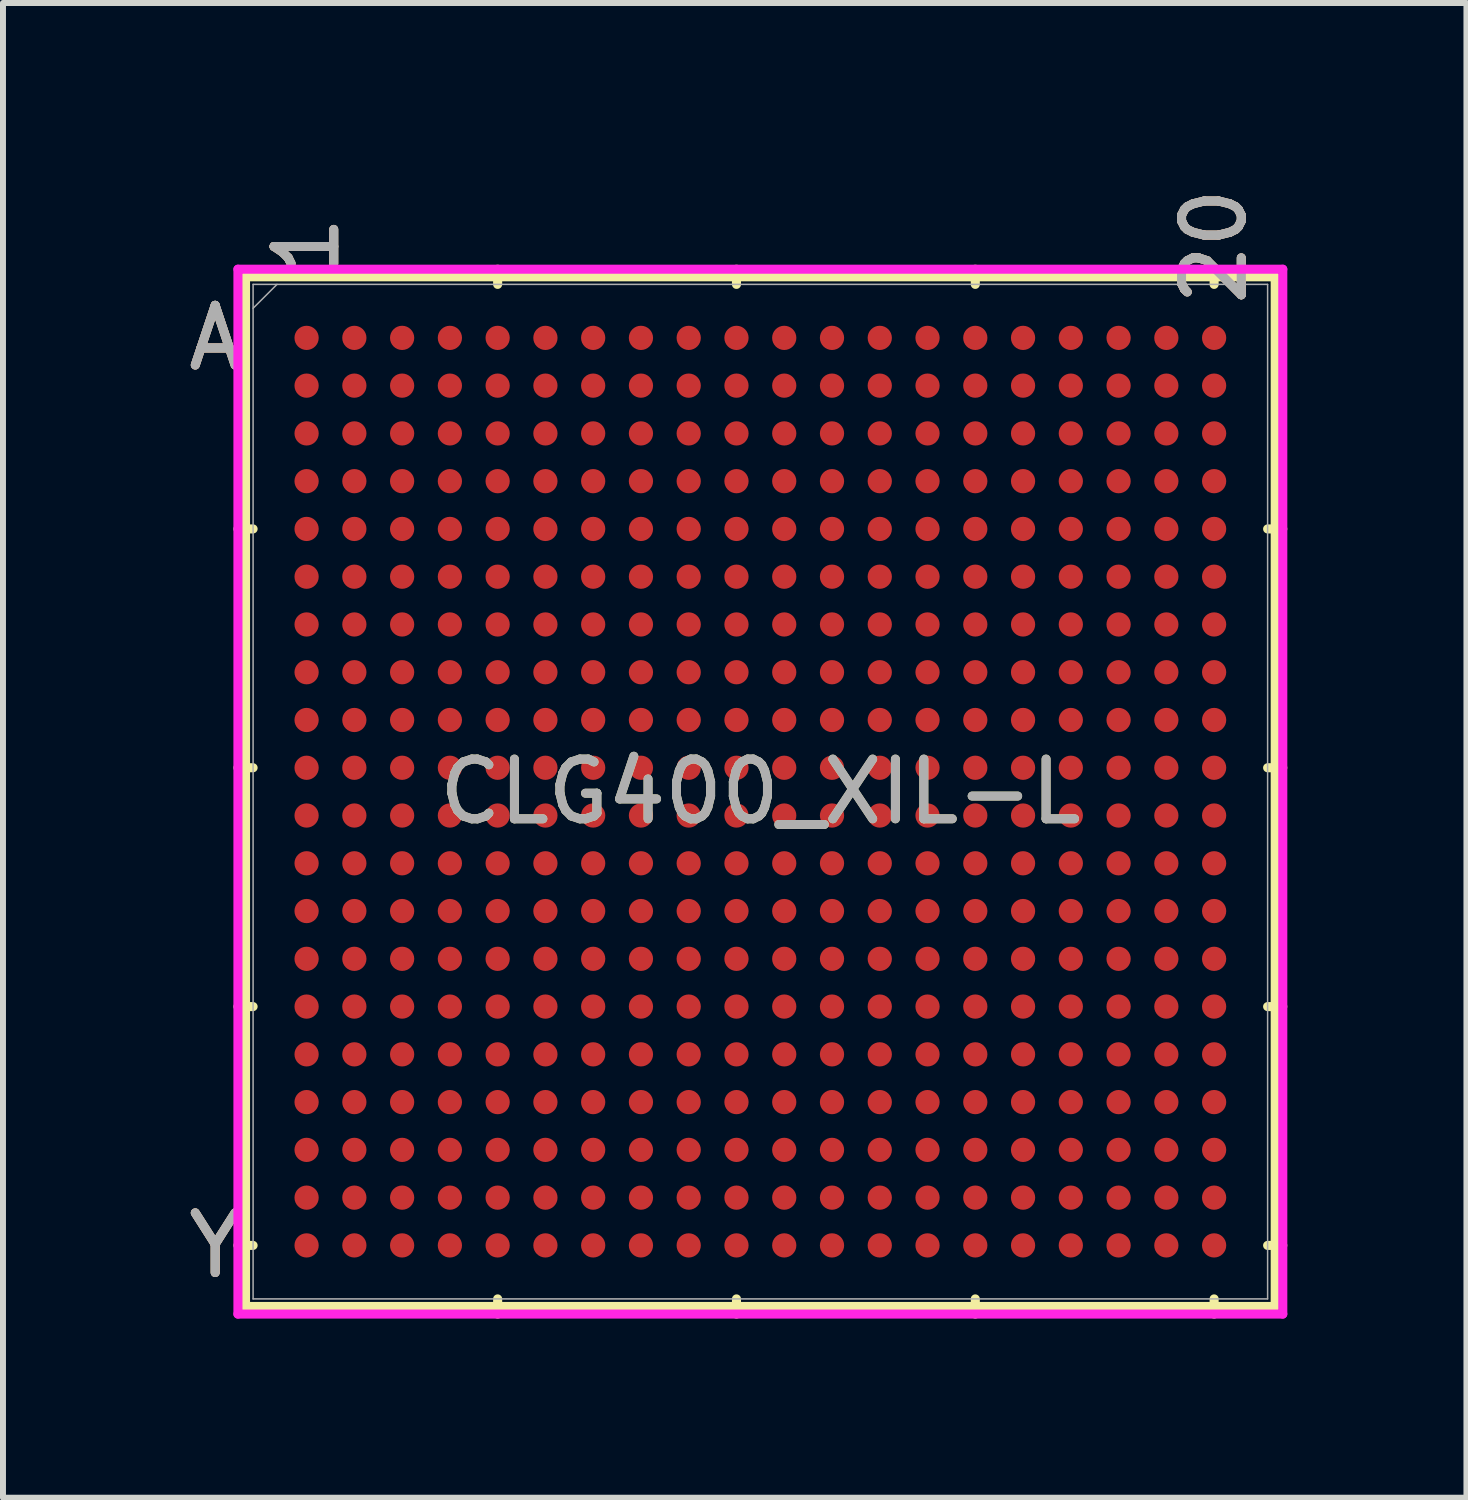
<source format=kicad_pcb>
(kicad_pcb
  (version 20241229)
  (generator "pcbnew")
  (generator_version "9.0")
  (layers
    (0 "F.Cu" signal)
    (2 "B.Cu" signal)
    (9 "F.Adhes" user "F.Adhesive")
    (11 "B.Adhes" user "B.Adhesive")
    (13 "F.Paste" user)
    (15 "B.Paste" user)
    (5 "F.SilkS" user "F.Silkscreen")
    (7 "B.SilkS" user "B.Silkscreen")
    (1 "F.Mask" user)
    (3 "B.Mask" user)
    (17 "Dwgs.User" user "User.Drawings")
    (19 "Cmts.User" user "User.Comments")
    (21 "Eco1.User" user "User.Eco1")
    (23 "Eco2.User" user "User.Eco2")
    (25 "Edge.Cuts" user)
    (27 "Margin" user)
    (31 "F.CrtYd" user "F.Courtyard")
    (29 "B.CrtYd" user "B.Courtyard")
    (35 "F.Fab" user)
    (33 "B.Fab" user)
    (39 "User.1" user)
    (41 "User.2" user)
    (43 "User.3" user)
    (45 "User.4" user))
  (footprint "CLG400_XIL-L"
    (layer "F.Cu")
    (at 9.685 10.209)
    (property "Reference" "CLG400_XIL-L" (at 0 0 0) (unlocked yes) (layer "F.SilkS") (effects (font (size 1 1) (thickness 0.15))))
    (attr smd)
    (fp_line (start -8.623 -8.623) (end -8.623 8.623) (stroke (width 0.152) (type solid)) (layer "F.SilkS"))
    (fp_line (start -8.623 8.623) (end 8.623 8.623) (stroke (width 0.152) (type solid)) (layer "F.SilkS"))
    (fp_line (start -8.496 -4.4) (end -8.75 -4.4) (stroke (width 0.152) (type solid)) (layer "F.SilkS"))
    (fp_line (start -8.496 -0.4) (end -8.75 -0.4) (stroke (width 0.152) (type solid)) (layer "F.SilkS"))
    (fp_line (start -8.496 3.6) (end -8.75 3.6) (stroke (width 0.152) (type solid)) (layer "F.SilkS"))
    (fp_line (start -8.496 7.6) (end -8.75 7.6) (stroke (width 0.152) (type solid)) (layer "F.SilkS"))
    (fp_line (start -4.4 -8.496) (end -4.4 -8.75) (stroke (width 0.152) (type solid)) (layer "F.SilkS"))
    (fp_line (start -4.4 8.496) (end -4.4 8.75) (stroke (width 0.152) (type solid)) (layer "F.SilkS"))
    (fp_line (start -0.4 -8.496) (end -0.4 -8.75) (stroke (width 0.152) (type solid)) (layer "F.SilkS"))
    (fp_line (start -0.4 8.496) (end -0.4 8.75) (stroke (width 0.152) (type solid)) (layer "F.SilkS"))
    (fp_line (start 3.6 -8.496) (end 3.6 -8.75) (stroke (width 0.152) (type solid)) (layer "F.SilkS"))
    (fp_line (start 3.6 8.496) (end 3.6 8.75) (stroke (width 0.152) (type solid)) (layer "F.SilkS"))
    (fp_line (start 7.6 -8.496) (end 7.6 -8.75) (stroke (width 0.152) (type solid)) (layer "F.SilkS"))
    (fp_line (start 7.6 8.496) (end 7.6 8.75) (stroke (width 0.152) (type solid)) (layer "F.SilkS"))
    (fp_line (start 8.496 -4.4) (end 8.75 -4.4) (stroke (width 0.152) (type solid)) (layer "F.SilkS"))
    (fp_line (start 8.496 -0.4) (end 8.75 -0.4) (stroke (width 0.152) (type solid)) (layer "F.SilkS"))
    (fp_line (start 8.496 3.6) (end 8.75 3.6) (stroke (width 0.152) (type solid)) (layer "F.SilkS"))
    (fp_line (start 8.496 7.6) (end 8.75 7.6) (stroke (width 0.152) (type solid)) (layer "F.SilkS"))
    (fp_line (start 8.623 -8.623) (end -8.623 -8.623) (stroke (width 0.152) (type solid)) (layer "F.SilkS"))
    (fp_line (start 8.623 8.623) (end 8.623 -8.623) (stroke (width 0.152) (type solid)) (layer "F.SilkS"))
    (fp_poly (pts (xy -8.444 -8.444) (xy 8.444 -8.444) (xy 8.444 8.444) (xy -8.444 8.444)) (stroke (width 0.1) (type solid)) (fill no) (layer "Eco2.User"))
    (fp_line (start -8.75 -8.75) (end 8.75 -8.75) (stroke (width 0.152) (type solid)) (layer "F.CrtYd"))
    (fp_line (start -8.75 8.75) (end -8.75 -8.75) (stroke (width 0.152) (type solid)) (layer "F.CrtYd"))
    (fp_line (start 8.75 -8.75) (end 8.75 8.75) (stroke (width 0.152) (type solid)) (layer "F.CrtYd"))
    (fp_line (start 8.75 8.75) (end -8.75 8.75) (stroke (width 0.152) (type solid)) (layer "F.CrtYd"))
    (fp_line (start -8.496 -8.496) (end -8.496 8.496) (stroke (width 0.025) (type solid)) (layer "F.Fab"))
    (fp_line (start -8.496 8.496) (end 8.496 8.496) (stroke (width 0.025) (type solid)) (layer "F.Fab"))
    (fp_line (start -8.096 -8.496) (end -8.496 -8.096) (stroke (width 0.025) (type solid)) (layer "F.Fab"))
    (fp_line (start 8.496 -8.496) (end -8.496 -8.496) (stroke (width 0.025) (type solid)) (layer "F.Fab"))
    (fp_line (start 8.496 8.496) (end 8.496 -8.496) (stroke (width 0.025) (type solid)) (layer "F.Fab"))
    (fp_text user "A" (at -9.131 -7.6 0) (unlocked yes) (layer "F.SilkS") (effects (font (size 1 1) (thickness 0.15))))
    (fp_text user "20" (at 7.6 -9.131 90) (unlocked yes) (layer "F.SilkS") (effects (font (size 1 1) (thickness 0.15))))
    (fp_text user "1" (at -7.6 -9.131 90) (unlocked yes) (layer "F.SilkS") (effects (font (size 1 1) (thickness 0.15))))
    (fp_text user "Y" (at -9.131 7.6 0) (unlocked yes) (layer "F.SilkS") (effects (font (size 1 1) (thickness 0.15))))
    (fp_text user "1" (at -7.6 -9.131 90) (unlocked yes) (layer "B.SilkS") (effects (font (size 1 1) (thickness 0.15))))
    (fp_text user "A" (at -9.131 -7.6 0) (unlocked yes) (layer "B.SilkS") (effects (font (size 1 1) (thickness 0.15))))
    (fp_text user "Y" (at -9.131 7.6 0) (unlocked yes) (layer "B.SilkS") (effects (font (size 1 1) (thickness 0.15))))
    (fp_text user "20" (at 7.6 -9.131 90) (unlocked yes) (layer "B.SilkS") (effects (font (size 1 1) (thickness 0.15))))
    (fp_text user "${REFERENCE}" (at 0 0 0) (unlocked yes) (layer "F.Fab") (effects (font (size 1 1) (thickness 0.15))))
    (fp_text user "A" (at -9.131 -7.6 0) (unlocked yes) (layer "F.Fab") (effects (font (size 1 1) (thickness 0.15))))
    (fp_text user "1" (at -7.6 -9.131 90) (unlocked yes) (layer "F.Fab") (effects (font (size 1 1) (thickness 0.15))))
    (fp_text user "Y" (at -9.131 7.6 0) (unlocked yes) (layer "F.Fab") (effects (font (size 1 1) (thickness 0.15))))
    (fp_text user "20" (at 7.6 -9.131 90) (unlocked yes) (layer "F.Fab") (effects (font (size 1 1) (thickness 0.15))))
    (pad "A1" smd circle (at -7.6 -7.6) (size 0.406 0.406) (layers "F.Cu" "F.Mask" "F.Paste"))
    (pad "A2" smd circle (at -6.8 -7.6) (size 0.406 0.406) (layers "F.Cu" "F.Mask" "F.Paste"))
    (pad "A3" smd circle (at -6 -7.6) (size 0.406 0.406) (layers "F.Cu" "F.Mask" "F.Paste"))
    (pad "A4" smd circle (at -5.2 -7.6) (size 0.406 0.406) (layers "F.Cu" "F.Mask" "F.Paste"))
    (pad "A5" smd circle (at -4.4 -7.6) (size 0.406 0.406) (layers "F.Cu" "F.Mask" "F.Paste"))
    (pad "A6" smd circle (at -3.6 -7.6) (size 0.406 0.406) (layers "F.Cu" "F.Mask" "F.Paste"))
    (pad "A7" smd circle (at -2.8 -7.6) (size 0.406 0.406) (layers "F.Cu" "F.Mask" "F.Paste"))
    (pad "A8" smd circle (at -2 -7.6) (size 0.406 0.406) (layers "F.Cu" "F.Mask" "F.Paste"))
    (pad "A9" smd circle (at -1.2 -7.6) (size 0.406 0.406) (layers "F.Cu" "F.Mask" "F.Paste"))
    (pad "A10" smd circle (at -0.4 -7.6) (size 0.406 0.406) (layers "F.Cu" "F.Mask" "F.Paste"))
    (pad "A11" smd circle (at 0.4 -7.6) (size 0.406 0.406) (layers "F.Cu" "F.Mask" "F.Paste"))
    (pad "A12" smd circle (at 1.2 -7.6) (size 0.406 0.406) (layers "F.Cu" "F.Mask" "F.Paste"))
    (pad "A13" smd circle (at 2 -7.6) (size 0.406 0.406) (layers "F.Cu" "F.Mask" "F.Paste"))
    (pad "A14" smd circle (at 2.8 -7.6) (size 0.406 0.406) (layers "F.Cu" "F.Mask" "F.Paste"))
    (pad "A15" smd circle (at 3.6 -7.6) (size 0.406 0.406) (layers "F.Cu" "F.Mask" "F.Paste"))
    (pad "A16" smd circle (at 4.4 -7.6) (size 0.406 0.406) (layers "F.Cu" "F.Mask" "F.Paste"))
    (pad "A17" smd circle (at 5.2 -7.6) (size 0.406 0.406) (layers "F.Cu" "F.Mask" "F.Paste"))
    (pad "A18" smd circle (at 6 -7.6) (size 0.406 0.406) (layers "F.Cu" "F.Mask" "F.Paste"))
    (pad "A19" smd circle (at 6.8 -7.6) (size 0.406 0.406) (layers "F.Cu" "F.Mask" "F.Paste"))
    (pad "A20" smd circle (at 7.6 -7.6) (size 0.406 0.406) (layers "F.Cu" "F.Mask" "F.Paste"))
    (pad "B1" smd circle (at -7.6 -6.8) (size 0.406 0.406) (layers "F.Cu" "F.Mask" "F.Paste"))
    (pad "B2" smd circle (at -6.8 -6.8) (size 0.406 0.406) (layers "F.Cu" "F.Mask" "F.Paste"))
    (pad "B3" smd circle (at -6 -6.8) (size 0.406 0.406) (layers "F.Cu" "F.Mask" "F.Paste"))
    (pad "B4" smd circle (at -5.2 -6.8) (size 0.406 0.406) (layers "F.Cu" "F.Mask" "F.Paste"))
    (pad "B5" smd circle (at -4.4 -6.8) (size 0.406 0.406) (layers "F.Cu" "F.Mask" "F.Paste"))
    (pad "B6" smd circle (at -3.6 -6.8) (size 0.406 0.406) (layers "F.Cu" "F.Mask" "F.Paste"))
    (pad "B7" smd circle (at -2.8 -6.8) (size 0.406 0.406) (layers "F.Cu" "F.Mask" "F.Paste"))
    (pad "B8" smd circle (at -2 -6.8) (size 0.406 0.406) (layers "F.Cu" "F.Mask" "F.Paste"))
    (pad "B9" smd circle (at -1.2 -6.8) (size 0.406 0.406) (layers "F.Cu" "F.Mask" "F.Paste"))
    (pad "B10" smd circle (at -0.4 -6.8) (size 0.406 0.406) (layers "F.Cu" "F.Mask" "F.Paste"))
    (pad "B11" smd circle (at 0.4 -6.8) (size 0.406 0.406) (layers "F.Cu" "F.Mask" "F.Paste"))
    (pad "B12" smd circle (at 1.2 -6.8) (size 0.406 0.406) (layers "F.Cu" "F.Mask" "F.Paste"))
    (pad "B13" smd circle (at 2 -6.8) (size 0.406 0.406) (layers "F.Cu" "F.Mask" "F.Paste"))
    (pad "B14" smd circle (at 2.8 -6.8) (size 0.406 0.406) (layers "F.Cu" "F.Mask" "F.Paste"))
    (pad "B15" smd circle (at 3.6 -6.8) (size 0.406 0.406) (layers "F.Cu" "F.Mask" "F.Paste"))
    (pad "B16" smd circle (at 4.4 -6.8) (size 0.406 0.406) (layers "F.Cu" "F.Mask" "F.Paste"))
    (pad "B17" smd circle (at 5.2 -6.8) (size 0.406 0.406) (layers "F.Cu" "F.Mask" "F.Paste"))
    (pad "B18" smd circle (at 6 -6.8) (size 0.406 0.406) (layers "F.Cu" "F.Mask" "F.Paste"))
    (pad "B19" smd circle (at 6.8 -6.8) (size 0.406 0.406) (layers "F.Cu" "F.Mask" "F.Paste"))
    (pad "B20" smd circle (at 7.6 -6.8) (size 0.406 0.406) (layers "F.Cu" "F.Mask" "F.Paste"))
    (pad "C1" smd circle (at -7.6 -6) (size 0.406 0.406) (layers "F.Cu" "F.Mask" "F.Paste"))
    (pad "C2" smd circle (at -6.8 -6) (size 0.406 0.406) (layers "F.Cu" "F.Mask" "F.Paste"))
    (pad "C3" smd circle (at -6 -6) (size 0.406 0.406) (layers "F.Cu" "F.Mask" "F.Paste"))
    (pad "C4" smd circle (at -5.2 -6) (size 0.406 0.406) (layers "F.Cu" "F.Mask" "F.Paste"))
    (pad "C5" smd circle (at -4.4 -6) (size 0.406 0.406) (layers "F.Cu" "F.Mask" "F.Paste"))
    (pad "C6" smd circle (at -3.6 -6) (size 0.406 0.406) (layers "F.Cu" "F.Mask" "F.Paste"))
    (pad "C7" smd circle (at -2.8 -6) (size 0.406 0.406) (layers "F.Cu" "F.Mask" "F.Paste"))
    (pad "C8" smd circle (at -2 -6) (size 0.406 0.406) (layers "F.Cu" "F.Mask" "F.Paste"))
    (pad "C9" smd circle (at -1.2 -6) (size 0.406 0.406) (layers "F.Cu" "F.Mask" "F.Paste"))
    (pad "C10" smd circle (at -0.4 -6) (size 0.406 0.406) (layers "F.Cu" "F.Mask" "F.Paste"))
    (pad "C11" smd circle (at 0.4 -6) (size 0.406 0.406) (layers "F.Cu" "F.Mask" "F.Paste"))
    (pad "C12" smd circle (at 1.2 -6) (size 0.406 0.406) (layers "F.Cu" "F.Mask" "F.Paste"))
    (pad "C13" smd circle (at 2 -6) (size 0.406 0.406) (layers "F.Cu" "F.Mask" "F.Paste"))
    (pad "C14" smd circle (at 2.8 -6) (size 0.406 0.406) (layers "F.Cu" "F.Mask" "F.Paste"))
    (pad "C15" smd circle (at 3.6 -6) (size 0.406 0.406) (layers "F.Cu" "F.Mask" "F.Paste"))
    (pad "C16" smd circle (at 4.4 -6) (size 0.406 0.406) (layers "F.Cu" "F.Mask" "F.Paste"))
    (pad "C17" smd circle (at 5.2 -6) (size 0.406 0.406) (layers "F.Cu" "F.Mask" "F.Paste"))
    (pad "C18" smd circle (at 6 -6) (size 0.406 0.406) (layers "F.Cu" "F.Mask" "F.Paste"))
    (pad "C19" smd circle (at 6.8 -6) (size 0.406 0.406) (layers "F.Cu" "F.Mask" "F.Paste"))
    (pad "C20" smd circle (at 7.6 -6) (size 0.406 0.406) (layers "F.Cu" "F.Mask" "F.Paste"))
    (pad "D1" smd circle (at -7.6 -5.2) (size 0.406 0.406) (layers "F.Cu" "F.Mask" "F.Paste"))
    (pad "D2" smd circle (at -6.8 -5.2) (size 0.406 0.406) (layers "F.Cu" "F.Mask" "F.Paste"))
    (pad "D3" smd circle (at -6 -5.2) (size 0.406 0.406) (layers "F.Cu" "F.Mask" "F.Paste"))
    (pad "D4" smd circle (at -5.2 -5.2) (size 0.406 0.406) (layers "F.Cu" "F.Mask" "F.Paste"))
    (pad "D5" smd circle (at -4.4 -5.2) (size 0.406 0.406) (layers "F.Cu" "F.Mask" "F.Paste"))
    (pad "D6" smd circle (at -3.6 -5.2) (size 0.406 0.406) (layers "F.Cu" "F.Mask" "F.Paste"))
    (pad "D7" smd circle (at -2.8 -5.2) (size 0.406 0.406) (layers "F.Cu" "F.Mask" "F.Paste"))
    (pad "D8" smd circle (at -2 -5.2) (size 0.406 0.406) (layers "F.Cu" "F.Mask" "F.Paste"))
    (pad "D9" smd circle (at -1.2 -5.2) (size 0.406 0.406) (layers "F.Cu" "F.Mask" "F.Paste"))
    (pad "D10" smd circle (at -0.4 -5.2) (size 0.406 0.406) (layers "F.Cu" "F.Mask" "F.Paste"))
    (pad "D11" smd circle (at 0.4 -5.2) (size 0.406 0.406) (layers "F.Cu" "F.Mask" "F.Paste"))
    (pad "D12" smd circle (at 1.2 -5.2) (size 0.406 0.406) (layers "F.Cu" "F.Mask" "F.Paste"))
    (pad "D13" smd circle (at 2 -5.2) (size 0.406 0.406) (layers "F.Cu" "F.Mask" "F.Paste"))
    (pad "D14" smd circle (at 2.8 -5.2) (size 0.406 0.406) (layers "F.Cu" "F.Mask" "F.Paste"))
    (pad "D15" smd circle (at 3.6 -5.2) (size 0.406 0.406) (layers "F.Cu" "F.Mask" "F.Paste"))
    (pad "D16" smd circle (at 4.4 -5.2) (size 0.406 0.406) (layers "F.Cu" "F.Mask" "F.Paste"))
    (pad "D17" smd circle (at 5.2 -5.2) (size 0.406 0.406) (layers "F.Cu" "F.Mask" "F.Paste"))
    (pad "D18" smd circle (at 6 -5.2) (size 0.406 0.406) (layers "F.Cu" "F.Mask" "F.Paste"))
    (pad "D19" smd circle (at 6.8 -5.2) (size 0.406 0.406) (layers "F.Cu" "F.Mask" "F.Paste"))
    (pad "D20" smd circle (at 7.6 -5.2) (size 0.406 0.406) (layers "F.Cu" "F.Mask" "F.Paste"))
    (pad "E1" smd circle (at -7.6 -4.4) (size 0.406 0.406) (layers "F.Cu" "F.Mask" "F.Paste"))
    (pad "E2" smd circle (at -6.8 -4.4) (size 0.406 0.406) (layers "F.Cu" "F.Mask" "F.Paste"))
    (pad "E3" smd circle (at -6 -4.4) (size 0.406 0.406) (layers "F.Cu" "F.Mask" "F.Paste"))
    (pad "E4" smd circle (at -5.2 -4.4) (size 0.406 0.406) (layers "F.Cu" "F.Mask" "F.Paste"))
    (pad "E5" smd circle (at -4.4 -4.4) (size 0.406 0.406) (layers "F.Cu" "F.Mask" "F.Paste"))
    (pad "E6" smd circle (at -3.6 -4.4) (size 0.406 0.406) (layers "F.Cu" "F.Mask" "F.Paste"))
    (pad "E7" smd circle (at -2.8 -4.4) (size 0.406 0.406) (layers "F.Cu" "F.Mask" "F.Paste"))
    (pad "E8" smd circle (at -2 -4.4) (size 0.406 0.406) (layers "F.Cu" "F.Mask" "F.Paste"))
    (pad "E9" smd circle (at -1.2 -4.4) (size 0.406 0.406) (layers "F.Cu" "F.Mask" "F.Paste"))
    (pad "E10" smd circle (at -0.4 -4.4) (size 0.406 0.406) (layers "F.Cu" "F.Mask" "F.Paste"))
    (pad "E11" smd circle (at 0.4 -4.4) (size 0.406 0.406) (layers "F.Cu" "F.Mask" "F.Paste"))
    (pad "E12" smd circle (at 1.2 -4.4) (size 0.406 0.406) (layers "F.Cu" "F.Mask" "F.Paste"))
    (pad "E13" smd circle (at 2 -4.4) (size 0.406 0.406) (layers "F.Cu" "F.Mask" "F.Paste"))
    (pad "E14" smd circle (at 2.8 -4.4) (size 0.406 0.406) (layers "F.Cu" "F.Mask" "F.Paste"))
    (pad "E15" smd circle (at 3.6 -4.4) (size 0.406 0.406) (layers "F.Cu" "F.Mask" "F.Paste"))
    (pad "E16" smd circle (at 4.4 -4.4) (size 0.406 0.406) (layers "F.Cu" "F.Mask" "F.Paste"))
    (pad "E17" smd circle (at 5.2 -4.4) (size 0.406 0.406) (layers "F.Cu" "F.Mask" "F.Paste"))
    (pad "E18" smd circle (at 6 -4.4) (size 0.406 0.406) (layers "F.Cu" "F.Mask" "F.Paste"))
    (pad "E19" smd circle (at 6.8 -4.4) (size 0.406 0.406) (layers "F.Cu" "F.Mask" "F.Paste"))
    (pad "E20" smd circle (at 7.6 -4.4) (size 0.406 0.406) (layers "F.Cu" "F.Mask" "F.Paste"))
    (pad "F1" smd circle (at -7.6 -3.6) (size 0.406 0.406) (layers "F.Cu" "F.Mask" "F.Paste"))
    (pad "F2" smd circle (at -6.8 -3.6) (size 0.406 0.406) (layers "F.Cu" "F.Mask" "F.Paste"))
    (pad "F3" smd circle (at -6 -3.6) (size 0.406 0.406) (layers "F.Cu" "F.Mask" "F.Paste"))
    (pad "F4" smd circle (at -5.2 -3.6) (size 0.406 0.406) (layers "F.Cu" "F.Mask" "F.Paste"))
    (pad "F5" smd circle (at -4.4 -3.6) (size 0.406 0.406) (layers "F.Cu" "F.Mask" "F.Paste"))
    (pad "F6" smd circle (at -3.6 -3.6) (size 0.406 0.406) (layers "F.Cu" "F.Mask" "F.Paste"))
    (pad "F7" smd circle (at -2.8 -3.6) (size 0.406 0.406) (layers "F.Cu" "F.Mask" "F.Paste"))
    (pad "F8" smd circle (at -2 -3.6) (size 0.406 0.406) (layers "F.Cu" "F.Mask" "F.Paste"))
    (pad "F9" smd circle (at -1.2 -3.6) (size 0.406 0.406) (layers "F.Cu" "F.Mask" "F.Paste"))
    (pad "F10" smd circle (at -0.4 -3.6) (size 0.406 0.406) (layers "F.Cu" "F.Mask" "F.Paste"))
    (pad "F11" smd circle (at 0.4 -3.6) (size 0.406 0.406) (layers "F.Cu" "F.Mask" "F.Paste"))
    (pad "F12" smd circle (at 1.2 -3.6) (size 0.406 0.406) (layers "F.Cu" "F.Mask" "F.Paste"))
    (pad "F13" smd circle (at 2 -3.6) (size 0.406 0.406) (layers "F.Cu" "F.Mask" "F.Paste"))
    (pad "F14" smd circle (at 2.8 -3.6) (size 0.406 0.406) (layers "F.Cu" "F.Mask" "F.Paste"))
    (pad "F15" smd circle (at 3.6 -3.6) (size 0.406 0.406) (layers "F.Cu" "F.Mask" "F.Paste"))
    (pad "F16" smd circle (at 4.4 -3.6) (size 0.406 0.406) (layers "F.Cu" "F.Mask" "F.Paste"))
    (pad "F17" smd circle (at 5.2 -3.6) (size 0.406 0.406) (layers "F.Cu" "F.Mask" "F.Paste"))
    (pad "F18" smd circle (at 6 -3.6) (size 0.406 0.406) (layers "F.Cu" "F.Mask" "F.Paste"))
    (pad "F19" smd circle (at 6.8 -3.6) (size 0.406 0.406) (layers "F.Cu" "F.Mask" "F.Paste"))
    (pad "F20" smd circle (at 7.6 -3.6) (size 0.406 0.406) (layers "F.Cu" "F.Mask" "F.Paste"))
    (pad "G1" smd circle (at -7.6 -2.8) (size 0.406 0.406) (layers "F.Cu" "F.Mask" "F.Paste"))
    (pad "G2" smd circle (at -6.8 -2.8) (size 0.406 0.406) (layers "F.Cu" "F.Mask" "F.Paste"))
    (pad "G3" smd circle (at -6 -2.8) (size 0.406 0.406) (layers "F.Cu" "F.Mask" "F.Paste"))
    (pad "G4" smd circle (at -5.2 -2.8) (size 0.406 0.406) (layers "F.Cu" "F.Mask" "F.Paste"))
    (pad "G5" smd circle (at -4.4 -2.8) (size 0.406 0.406) (layers "F.Cu" "F.Mask" "F.Paste"))
    (pad "G6" smd circle (at -3.6 -2.8) (size 0.406 0.406) (layers "F.Cu" "F.Mask" "F.Paste"))
    (pad "G7" smd circle (at -2.8 -2.8) (size 0.406 0.406) (layers "F.Cu" "F.Mask" "F.Paste"))
    (pad "G8" smd circle (at -2 -2.8) (size 0.406 0.406) (layers "F.Cu" "F.Mask" "F.Paste"))
    (pad "G9" smd circle (at -1.2 -2.8) (size 0.406 0.406) (layers "F.Cu" "F.Mask" "F.Paste"))
    (pad "G10" smd circle (at -0.4 -2.8) (size 0.406 0.406) (layers "F.Cu" "F.Mask" "F.Paste"))
    (pad "G11" smd circle (at 0.4 -2.8) (size 0.406 0.406) (layers "F.Cu" "F.Mask" "F.Paste"))
    (pad "G12" smd circle (at 1.2 -2.8) (size 0.406 0.406) (layers "F.Cu" "F.Mask" "F.Paste"))
    (pad "G13" smd circle (at 2 -2.8) (size 0.406 0.406) (layers "F.Cu" "F.Mask" "F.Paste"))
    (pad "G14" smd circle (at 2.8 -2.8) (size 0.406 0.406) (layers "F.Cu" "F.Mask" "F.Paste"))
    (pad "G15" smd circle (at 3.6 -2.8) (size 0.406 0.406) (layers "F.Cu" "F.Mask" "F.Paste"))
    (pad "G16" smd circle (at 4.4 -2.8) (size 0.406 0.406) (layers "F.Cu" "F.Mask" "F.Paste"))
    (pad "G17" smd circle (at 5.2 -2.8) (size 0.406 0.406) (layers "F.Cu" "F.Mask" "F.Paste"))
    (pad "G18" smd circle (at 6 -2.8) (size 0.406 0.406) (layers "F.Cu" "F.Mask" "F.Paste"))
    (pad "G19" smd circle (at 6.8 -2.8) (size 0.406 0.406) (layers "F.Cu" "F.Mask" "F.Paste"))
    (pad "G20" smd circle (at 7.6 -2.8) (size 0.406 0.406) (layers "F.Cu" "F.Mask" "F.Paste"))
    (pad "H1" smd circle (at -7.6 -2) (size 0.406 0.406) (layers "F.Cu" "F.Mask" "F.Paste"))
    (pad "H2" smd circle (at -6.8 -2) (size 0.406 0.406) (layers "F.Cu" "F.Mask" "F.Paste"))
    (pad "H3" smd circle (at -6 -2) (size 0.406 0.406) (layers "F.Cu" "F.Mask" "F.Paste"))
    (pad "H4" smd circle (at -5.2 -2) (size 0.406 0.406) (layers "F.Cu" "F.Mask" "F.Paste"))
    (pad "H5" smd circle (at -4.4 -2) (size 0.406 0.406) (layers "F.Cu" "F.Mask" "F.Paste"))
    (pad "H6" smd circle (at -3.6 -2) (size 0.406 0.406) (layers "F.Cu" "F.Mask" "F.Paste"))
    (pad "H7" smd circle (at -2.8 -2) (size 0.406 0.406) (layers "F.Cu" "F.Mask" "F.Paste"))
    (pad "H8" smd circle (at -2 -2) (size 0.406 0.406) (layers "F.Cu" "F.Mask" "F.Paste"))
    (pad "H9" smd circle (at -1.2 -2) (size 0.406 0.406) (layers "F.Cu" "F.Mask" "F.Paste"))
    (pad "H10" smd circle (at -0.4 -2) (size 0.406 0.406) (layers "F.Cu" "F.Mask" "F.Paste"))
    (pad "H11" smd circle (at 0.4 -2) (size 0.406 0.406) (layers "F.Cu" "F.Mask" "F.Paste"))
    (pad "H12" smd circle (at 1.2 -2) (size 0.406 0.406) (layers "F.Cu" "F.Mask" "F.Paste"))
    (pad "H13" smd circle (at 2 -2) (size 0.406 0.406) (layers "F.Cu" "F.Mask" "F.Paste"))
    (pad "H14" smd circle (at 2.8 -2) (size 0.406 0.406) (layers "F.Cu" "F.Mask" "F.Paste"))
    (pad "H15" smd circle (at 3.6 -2) (size 0.406 0.406) (layers "F.Cu" "F.Mask" "F.Paste"))
    (pad "H16" smd circle (at 4.4 -2) (size 0.406 0.406) (layers "F.Cu" "F.Mask" "F.Paste"))
    (pad "H17" smd circle (at 5.2 -2) (size 0.406 0.406) (layers "F.Cu" "F.Mask" "F.Paste"))
    (pad "H18" smd circle (at 6 -2) (size 0.406 0.406) (layers "F.Cu" "F.Mask" "F.Paste"))
    (pad "H19" smd circle (at 6.8 -2) (size 0.406 0.406) (layers "F.Cu" "F.Mask" "F.Paste"))
    (pad "H20" smd circle (at 7.6 -2) (size 0.406 0.406) (layers "F.Cu" "F.Mask" "F.Paste"))
    (pad "J1" smd circle (at -7.6 -1.2) (size 0.406 0.406) (layers "F.Cu" "F.Mask" "F.Paste"))
    (pad "J2" smd circle (at -6.8 -1.2) (size 0.406 0.406) (layers "F.Cu" "F.Mask" "F.Paste"))
    (pad "J3" smd circle (at -6 -1.2) (size 0.406 0.406) (layers "F.Cu" "F.Mask" "F.Paste"))
    (pad "J4" smd circle (at -5.2 -1.2) (size 0.406 0.406) (layers "F.Cu" "F.Mask" "F.Paste"))
    (pad "J5" smd circle (at -4.4 -1.2) (size 0.406 0.406) (layers "F.Cu" "F.Mask" "F.Paste"))
    (pad "J6" smd circle (at -3.6 -1.2) (size 0.406 0.406) (layers "F.Cu" "F.Mask" "F.Paste"))
    (pad "J7" smd circle (at -2.8 -1.2) (size 0.406 0.406) (layers "F.Cu" "F.Mask" "F.Paste"))
    (pad "J8" smd circle (at -2 -1.2) (size 0.406 0.406) (layers "F.Cu" "F.Mask" "F.Paste"))
    (pad "J9" smd circle (at -1.2 -1.2) (size 0.406 0.406) (layers "F.Cu" "F.Mask" "F.Paste"))
    (pad "J10" smd circle (at -0.4 -1.2) (size 0.406 0.406) (layers "F.Cu" "F.Mask" "F.Paste"))
    (pad "J11" smd circle (at 0.4 -1.2) (size 0.406 0.406) (layers "F.Cu" "F.Mask" "F.Paste"))
    (pad "J12" smd circle (at 1.2 -1.2) (size 0.406 0.406) (layers "F.Cu" "F.Mask" "F.Paste"))
    (pad "J13" smd circle (at 2 -1.2) (size 0.406 0.406) (layers "F.Cu" "F.Mask" "F.Paste"))
    (pad "J14" smd circle (at 2.8 -1.2) (size 0.406 0.406) (layers "F.Cu" "F.Mask" "F.Paste"))
    (pad "J15" smd circle (at 3.6 -1.2) (size 0.406 0.406) (layers "F.Cu" "F.Mask" "F.Paste"))
    (pad "J16" smd circle (at 4.4 -1.2) (size 0.406 0.406) (layers "F.Cu" "F.Mask" "F.Paste"))
    (pad "J17" smd circle (at 5.2 -1.2) (size 0.406 0.406) (layers "F.Cu" "F.Mask" "F.Paste"))
    (pad "J18" smd circle (at 6 -1.2) (size 0.406 0.406) (layers "F.Cu" "F.Mask" "F.Paste"))
    (pad "J19" smd circle (at 6.8 -1.2) (size 0.406 0.406) (layers "F.Cu" "F.Mask" "F.Paste"))
    (pad "J20" smd circle (at 7.6 -1.2) (size 0.406 0.406) (layers "F.Cu" "F.Mask" "F.Paste"))
    (pad "K1" smd circle (at -7.6 -0.4) (size 0.406 0.406) (layers "F.Cu" "F.Mask" "F.Paste"))
    (pad "K2" smd circle (at -6.8 -0.4) (size 0.406 0.406) (layers "F.Cu" "F.Mask" "F.Paste"))
    (pad "K3" smd circle (at -6 -0.4) (size 0.406 0.406) (layers "F.Cu" "F.Mask" "F.Paste"))
    (pad "K4" smd circle (at -5.2 -0.4) (size 0.406 0.406) (layers "F.Cu" "F.Mask" "F.Paste"))
    (pad "K5" smd circle (at -4.4 -0.4) (size 0.406 0.406) (layers "F.Cu" "F.Mask" "F.Paste"))
    (pad "K6" smd circle (at -3.6 -0.4) (size 0.406 0.406) (layers "F.Cu" "F.Mask" "F.Paste"))
    (pad "K7" smd circle (at -2.8 -0.4) (size 0.406 0.406) (layers "F.Cu" "F.Mask" "F.Paste"))
    (pad "K8" smd circle (at -2 -0.4) (size 0.406 0.406) (layers "F.Cu" "F.Mask" "F.Paste"))
    (pad "K9" smd circle (at -1.2 -0.4) (size 0.406 0.406) (layers "F.Cu" "F.Mask" "F.Paste"))
    (pad "K10" smd circle (at -0.4 -0.4) (size 0.406 0.406) (layers "F.Cu" "F.Mask" "F.Paste"))
    (pad "K11" smd circle (at 0.4 -0.4) (size 0.406 0.406) (layers "F.Cu" "F.Mask" "F.Paste"))
    (pad "K12" smd circle (at 1.2 -0.4) (size 0.406 0.406) (layers "F.Cu" "F.Mask" "F.Paste"))
    (pad "K13" smd circle (at 2 -0.4) (size 0.406 0.406) (layers "F.Cu" "F.Mask" "F.Paste"))
    (pad "K14" smd circle (at 2.8 -0.4) (size 0.406 0.406) (layers "F.Cu" "F.Mask" "F.Paste"))
    (pad "K15" smd circle (at 3.6 -0.4) (size 0.406 0.406) (layers "F.Cu" "F.Mask" "F.Paste"))
    (pad "K16" smd circle (at 4.4 -0.4) (size 0.406 0.406) (layers "F.Cu" "F.Mask" "F.Paste"))
    (pad "K17" smd circle (at 5.2 -0.4) (size 0.406 0.406) (layers "F.Cu" "F.Mask" "F.Paste"))
    (pad "K18" smd circle (at 6 -0.4) (size 0.406 0.406) (layers "F.Cu" "F.Mask" "F.Paste"))
    (pad "K19" smd circle (at 6.8 -0.4) (size 0.406 0.406) (layers "F.Cu" "F.Mask" "F.Paste"))
    (pad "K20" smd circle (at 7.6 -0.4) (size 0.406 0.406) (layers "F.Cu" "F.Mask" "F.Paste"))
    (pad "L1" smd circle (at -7.6 0.4) (size 0.406 0.406) (layers "F.Cu" "F.Mask" "F.Paste"))
    (pad "L2" smd circle (at -6.8 0.4) (size 0.406 0.406) (layers "F.Cu" "F.Mask" "F.Paste"))
    (pad "L3" smd circle (at -6 0.4) (size 0.406 0.406) (layers "F.Cu" "F.Mask" "F.Paste"))
    (pad "L4" smd circle (at -5.2 0.4) (size 0.406 0.406) (layers "F.Cu" "F.Mask" "F.Paste"))
    (pad "L5" smd circle (at -4.4 0.4) (size 0.406 0.406) (layers "F.Cu" "F.Mask" "F.Paste"))
    (pad "L6" smd circle (at -3.6 0.4) (size 0.406 0.406) (layers "F.Cu" "F.Mask" "F.Paste"))
    (pad "L7" smd circle (at -2.8 0.4) (size 0.406 0.406) (layers "F.Cu" "F.Mask" "F.Paste"))
    (pad "L8" smd circle (at -2 0.4) (size 0.406 0.406) (layers "F.Cu" "F.Mask" "F.Paste"))
    (pad "L9" smd circle (at -1.2 0.4) (size 0.406 0.406) (layers "F.Cu" "F.Mask" "F.Paste"))
    (pad "L10" smd circle (at -0.4 0.4) (size 0.406 0.406) (layers "F.Cu" "F.Mask" "F.Paste"))
    (pad "L11" smd circle (at 0.4 0.4) (size 0.406 0.406) (layers "F.Cu" "F.Mask" "F.Paste"))
    (pad "L12" smd circle (at 1.2 0.4) (size 0.406 0.406) (layers "F.Cu" "F.Mask" "F.Paste"))
    (pad "L13" smd circle (at 2 0.4) (size 0.406 0.406) (layers "F.Cu" "F.Mask" "F.Paste"))
    (pad "L14" smd circle (at 2.8 0.4) (size 0.406 0.406) (layers "F.Cu" "F.Mask" "F.Paste"))
    (pad "L15" smd circle (at 3.6 0.4) (size 0.406 0.406) (layers "F.Cu" "F.Mask" "F.Paste"))
    (pad "L16" smd circle (at 4.4 0.4) (size 0.406 0.406) (layers "F.Cu" "F.Mask" "F.Paste"))
    (pad "L17" smd circle (at 5.2 0.4) (size 0.406 0.406) (layers "F.Cu" "F.Mask" "F.Paste"))
    (pad "L18" smd circle (at 6 0.4) (size 0.406 0.406) (layers "F.Cu" "F.Mask" "F.Paste"))
    (pad "L19" smd circle (at 6.8 0.4) (size 0.406 0.406) (layers "F.Cu" "F.Mask" "F.Paste"))
    (pad "L20" smd circle (at 7.6 0.4) (size 0.406 0.406) (layers "F.Cu" "F.Mask" "F.Paste"))
    (pad "M1" smd circle (at -7.6 1.2) (size 0.406 0.406) (layers "F.Cu" "F.Mask" "F.Paste"))
    (pad "M2" smd circle (at -6.8 1.2) (size 0.406 0.406) (layers "F.Cu" "F.Mask" "F.Paste"))
    (pad "M3" smd circle (at -6 1.2) (size 0.406 0.406) (layers "F.Cu" "F.Mask" "F.Paste"))
    (pad "M4" smd circle (at -5.2 1.2) (size 0.406 0.406) (layers "F.Cu" "F.Mask" "F.Paste"))
    (pad "M5" smd circle (at -4.4 1.2) (size 0.406 0.406) (layers "F.Cu" "F.Mask" "F.Paste"))
    (pad "M6" smd circle (at -3.6 1.2) (size 0.406 0.406) (layers "F.Cu" "F.Mask" "F.Paste"))
    (pad "M7" smd circle (at -2.8 1.2) (size 0.406 0.406) (layers "F.Cu" "F.Mask" "F.Paste"))
    (pad "M8" smd circle (at -2 1.2) (size 0.406 0.406) (layers "F.Cu" "F.Mask" "F.Paste"))
    (pad "M9" smd circle (at -1.2 1.2) (size 0.406 0.406) (layers "F.Cu" "F.Mask" "F.Paste"))
    (pad "M10" smd circle (at -0.4 1.2) (size 0.406 0.406) (layers "F.Cu" "F.Mask" "F.Paste"))
    (pad "M11" smd circle (at 0.4 1.2) (size 0.406 0.406) (layers "F.Cu" "F.Mask" "F.Paste"))
    (pad "M12" smd circle (at 1.2 1.2) (size 0.406 0.406) (layers "F.Cu" "F.Mask" "F.Paste"))
    (pad "M13" smd circle (at 2 1.2) (size 0.406 0.406) (layers "F.Cu" "F.Mask" "F.Paste"))
    (pad "M14" smd circle (at 2.8 1.2) (size 0.406 0.406) (layers "F.Cu" "F.Mask" "F.Paste"))
    (pad "M15" smd circle (at 3.6 1.2) (size 0.406 0.406) (layers "F.Cu" "F.Mask" "F.Paste"))
    (pad "M16" smd circle (at 4.4 1.2) (size 0.406 0.406) (layers "F.Cu" "F.Mask" "F.Paste"))
    (pad "M17" smd circle (at 5.2 1.2) (size 0.406 0.406) (layers "F.Cu" "F.Mask" "F.Paste"))
    (pad "M18" smd circle (at 6 1.2) (size 0.406 0.406) (layers "F.Cu" "F.Mask" "F.Paste"))
    (pad "M19" smd circle (at 6.8 1.2) (size 0.406 0.406) (layers "F.Cu" "F.Mask" "F.Paste"))
    (pad "M20" smd circle (at 7.6 1.2) (size 0.406 0.406) (layers "F.Cu" "F.Mask" "F.Paste"))
    (pad "N1" smd circle (at -7.6 2) (size 0.406 0.406) (layers "F.Cu" "F.Mask" "F.Paste"))
    (pad "N2" smd circle (at -6.8 2) (size 0.406 0.406) (layers "F.Cu" "F.Mask" "F.Paste"))
    (pad "N3" smd circle (at -6 2) (size 0.406 0.406) (layers "F.Cu" "F.Mask" "F.Paste"))
    (pad "N4" smd circle (at -5.2 2) (size 0.406 0.406) (layers "F.Cu" "F.Mask" "F.Paste"))
    (pad "N5" smd circle (at -4.4 2) (size 0.406 0.406) (layers "F.Cu" "F.Mask" "F.Paste"))
    (pad "N6" smd circle (at -3.6 2) (size 0.406 0.406) (layers "F.Cu" "F.Mask" "F.Paste"))
    (pad "N7" smd circle (at -2.8 2) (size 0.406 0.406) (layers "F.Cu" "F.Mask" "F.Paste"))
    (pad "N8" smd circle (at -2 2) (size 0.406 0.406) (layers "F.Cu" "F.Mask" "F.Paste"))
    (pad "N9" smd circle (at -1.2 2) (size 0.406 0.406) (layers "F.Cu" "F.Mask" "F.Paste"))
    (pad "N10" smd circle (at -0.4 2) (size 0.406 0.406) (layers "F.Cu" "F.Mask" "F.Paste"))
    (pad "N11" smd circle (at 0.4 2) (size 0.406 0.406) (layers "F.Cu" "F.Mask" "F.Paste"))
    (pad "N12" smd circle (at 1.2 2) (size 0.406 0.406) (layers "F.Cu" "F.Mask" "F.Paste"))
    (pad "N13" smd circle (at 2 2) (size 0.406 0.406) (layers "F.Cu" "F.Mask" "F.Paste"))
    (pad "N14" smd circle (at 2.8 2) (size 0.406 0.406) (layers "F.Cu" "F.Mask" "F.Paste"))
    (pad "N15" smd circle (at 3.6 2) (size 0.406 0.406) (layers "F.Cu" "F.Mask" "F.Paste"))
    (pad "N16" smd circle (at 4.4 2) (size 0.406 0.406) (layers "F.Cu" "F.Mask" "F.Paste"))
    (pad "N17" smd circle (at 5.2 2) (size 0.406 0.406) (layers "F.Cu" "F.Mask" "F.Paste"))
    (pad "N18" smd circle (at 6 2) (size 0.406 0.406) (layers "F.Cu" "F.Mask" "F.Paste"))
    (pad "N19" smd circle (at 6.8 2) (size 0.406 0.406) (layers "F.Cu" "F.Mask" "F.Paste"))
    (pad "N20" smd circle (at 7.6 2) (size 0.406 0.406) (layers "F.Cu" "F.Mask" "F.Paste"))
    (pad "P1" smd circle (at -7.6 2.8) (size 0.406 0.406) (layers "F.Cu" "F.Mask" "F.Paste"))
    (pad "P2" smd circle (at -6.8 2.8) (size 0.406 0.406) (layers "F.Cu" "F.Mask" "F.Paste"))
    (pad "P3" smd circle (at -6 2.8) (size 0.406 0.406) (layers "F.Cu" "F.Mask" "F.Paste"))
    (pad "P4" smd circle (at -5.2 2.8) (size 0.406 0.406) (layers "F.Cu" "F.Mask" "F.Paste"))
    (pad "P5" smd circle (at -4.4 2.8) (size 0.406 0.406) (layers "F.Cu" "F.Mask" "F.Paste"))
    (pad "P6" smd circle (at -3.6 2.8) (size 0.406 0.406) (layers "F.Cu" "F.Mask" "F.Paste"))
    (pad "P7" smd circle (at -2.8 2.8) (size 0.406 0.406) (layers "F.Cu" "F.Mask" "F.Paste"))
    (pad "P8" smd circle (at -2 2.8) (size 0.406 0.406) (layers "F.Cu" "F.Mask" "F.Paste"))
    (pad "P9" smd circle (at -1.2 2.8) (size 0.406 0.406) (layers "F.Cu" "F.Mask" "F.Paste"))
    (pad "P10" smd circle (at -0.4 2.8) (size 0.406 0.406) (layers "F.Cu" "F.Mask" "F.Paste"))
    (pad "P11" smd circle (at 0.4 2.8) (size 0.406 0.406) (layers "F.Cu" "F.Mask" "F.Paste"))
    (pad "P12" smd circle (at 1.2 2.8) (size 0.406 0.406) (layers "F.Cu" "F.Mask" "F.Paste"))
    (pad "P13" smd circle (at 2 2.8) (size 0.406 0.406) (layers "F.Cu" "F.Mask" "F.Paste"))
    (pad "P14" smd circle (at 2.8 2.8) (size 0.406 0.406) (layers "F.Cu" "F.Mask" "F.Paste"))
    (pad "P15" smd circle (at 3.6 2.8) (size 0.406 0.406) (layers "F.Cu" "F.Mask" "F.Paste"))
    (pad "P16" smd circle (at 4.4 2.8) (size 0.406 0.406) (layers "F.Cu" "F.Mask" "F.Paste"))
    (pad "P17" smd circle (at 5.2 2.8) (size 0.406 0.406) (layers "F.Cu" "F.Mask" "F.Paste"))
    (pad "P18" smd circle (at 6 2.8) (size 0.406 0.406) (layers "F.Cu" "F.Mask" "F.Paste"))
    (pad "P19" smd circle (at 6.8 2.8) (size 0.406 0.406) (layers "F.Cu" "F.Mask" "F.Paste"))
    (pad "P20" smd circle (at 7.6 2.8) (size 0.406 0.406) (layers "F.Cu" "F.Mask" "F.Paste"))
    (pad "R1" smd circle (at -7.6 3.6) (size 0.406 0.406) (layers "F.Cu" "F.Mask" "F.Paste"))
    (pad "R2" smd circle (at -6.8 3.6) (size 0.406 0.406) (layers "F.Cu" "F.Mask" "F.Paste"))
    (pad "R3" smd circle (at -6 3.6) (size 0.406 0.406) (layers "F.Cu" "F.Mask" "F.Paste"))
    (pad "R4" smd circle (at -5.2 3.6) (size 0.406 0.406) (layers "F.Cu" "F.Mask" "F.Paste"))
    (pad "R5" smd circle (at -4.4 3.6) (size 0.406 0.406) (layers "F.Cu" "F.Mask" "F.Paste"))
    (pad "R6" smd circle (at -3.6 3.6) (size 0.406 0.406) (layers "F.Cu" "F.Mask" "F.Paste"))
    (pad "R7" smd circle (at -2.8 3.6) (size 0.406 0.406) (layers "F.Cu" "F.Mask" "F.Paste"))
    (pad "R8" smd circle (at -2 3.6) (size 0.406 0.406) (layers "F.Cu" "F.Mask" "F.Paste"))
    (pad "R9" smd circle (at -1.2 3.6) (size 0.406 0.406) (layers "F.Cu" "F.Mask" "F.Paste"))
    (pad "R10" smd circle (at -0.4 3.6) (size 0.406 0.406) (layers "F.Cu" "F.Mask" "F.Paste"))
    (pad "R11" smd circle (at 0.4 3.6) (size 0.406 0.406) (layers "F.Cu" "F.Mask" "F.Paste"))
    (pad "R12" smd circle (at 1.2 3.6) (size 0.406 0.406) (layers "F.Cu" "F.Mask" "F.Paste"))
    (pad "R13" smd circle (at 2 3.6) (size 0.406 0.406) (layers "F.Cu" "F.Mask" "F.Paste"))
    (pad "R14" smd circle (at 2.8 3.6) (size 0.406 0.406) (layers "F.Cu" "F.Mask" "F.Paste"))
    (pad "R15" smd circle (at 3.6 3.6) (size 0.406 0.406) (layers "F.Cu" "F.Mask" "F.Paste"))
    (pad "R16" smd circle (at 4.4 3.6) (size 0.406 0.406) (layers "F.Cu" "F.Mask" "F.Paste"))
    (pad "R17" smd circle (at 5.2 3.6) (size 0.406 0.406) (layers "F.Cu" "F.Mask" "F.Paste"))
    (pad "R18" smd circle (at 6 3.6) (size 0.406 0.406) (layers "F.Cu" "F.Mask" "F.Paste"))
    (pad "R19" smd circle (at 6.8 3.6) (size 0.406 0.406) (layers "F.Cu" "F.Mask" "F.Paste"))
    (pad "R20" smd circle (at 7.6 3.6) (size 0.406 0.406) (layers "F.Cu" "F.Mask" "F.Paste"))
    (pad "T1" smd circle (at -7.6 4.4) (size 0.406 0.406) (layers "F.Cu" "F.Mask" "F.Paste"))
    (pad "T2" smd circle (at -6.8 4.4) (size 0.406 0.406) (layers "F.Cu" "F.Mask" "F.Paste"))
    (pad "T3" smd circle (at -6 4.4) (size 0.406 0.406) (layers "F.Cu" "F.Mask" "F.Paste"))
    (pad "T4" smd circle (at -5.2 4.4) (size 0.406 0.406) (layers "F.Cu" "F.Mask" "F.Paste"))
    (pad "T5" smd circle (at -4.4 4.4) (size 0.406 0.406) (layers "F.Cu" "F.Mask" "F.Paste"))
    (pad "T6" smd circle (at -3.6 4.4) (size 0.406 0.406) (layers "F.Cu" "F.Mask" "F.Paste"))
    (pad "T7" smd circle (at -2.8 4.4) (size 0.406 0.406) (layers "F.Cu" "F.Mask" "F.Paste"))
    (pad "T8" smd circle (at -2 4.4) (size 0.406 0.406) (layers "F.Cu" "F.Mask" "F.Paste"))
    (pad "T9" smd circle (at -1.2 4.4) (size 0.406 0.406) (layers "F.Cu" "F.Mask" "F.Paste"))
    (pad "T10" smd circle (at -0.4 4.4) (size 0.406 0.406) (layers "F.Cu" "F.Mask" "F.Paste"))
    (pad "T11" smd circle (at 0.4 4.4) (size 0.406 0.406) (layers "F.Cu" "F.Mask" "F.Paste"))
    (pad "T12" smd circle (at 1.2 4.4) (size 0.406 0.406) (layers "F.Cu" "F.Mask" "F.Paste"))
    (pad "T13" smd circle (at 2 4.4) (size 0.406 0.406) (layers "F.Cu" "F.Mask" "F.Paste"))
    (pad "T14" smd circle (at 2.8 4.4) (size 0.406 0.406) (layers "F.Cu" "F.Mask" "F.Paste"))
    (pad "T15" smd circle (at 3.6 4.4) (size 0.406 0.406) (layers "F.Cu" "F.Mask" "F.Paste"))
    (pad "T16" smd circle (at 4.4 4.4) (size 0.406 0.406) (layers "F.Cu" "F.Mask" "F.Paste"))
    (pad "T17" smd circle (at 5.2 4.4) (size 0.406 0.406) (layers "F.Cu" "F.Mask" "F.Paste"))
    (pad "T18" smd circle (at 6 4.4) (size 0.406 0.406) (layers "F.Cu" "F.Mask" "F.Paste"))
    (pad "T19" smd circle (at 6.8 4.4) (size 0.406 0.406) (layers "F.Cu" "F.Mask" "F.Paste"))
    (pad "T20" smd circle (at 7.6 4.4) (size 0.406 0.406) (layers "F.Cu" "F.Mask" "F.Paste"))
    (pad "U1" smd circle (at -7.6 5.2) (size 0.406 0.406) (layers "F.Cu" "F.Mask" "F.Paste"))
    (pad "U2" smd circle (at -6.8 5.2) (size 0.406 0.406) (layers "F.Cu" "F.Mask" "F.Paste"))
    (pad "U3" smd circle (at -6 5.2) (size 0.406 0.406) (layers "F.Cu" "F.Mask" "F.Paste"))
    (pad "U4" smd circle (at -5.2 5.2) (size 0.406 0.406) (layers "F.Cu" "F.Mask" "F.Paste"))
    (pad "U5" smd circle (at -4.4 5.2) (size 0.406 0.406) (layers "F.Cu" "F.Mask" "F.Paste"))
    (pad "U6" smd circle (at -3.6 5.2) (size 0.406 0.406) (layers "F.Cu" "F.Mask" "F.Paste"))
    (pad "U7" smd circle (at -2.8 5.2) (size 0.406 0.406) (layers "F.Cu" "F.Mask" "F.Paste"))
    (pad "U8" smd circle (at -2 5.2) (size 0.406 0.406) (layers "F.Cu" "F.Mask" "F.Paste"))
    (pad "U9" smd circle (at -1.2 5.2) (size 0.406 0.406) (layers "F.Cu" "F.Mask" "F.Paste"))
    (pad "U10" smd circle (at -0.4 5.2) (size 0.406 0.406) (layers "F.Cu" "F.Mask" "F.Paste"))
    (pad "U11" smd circle (at 0.4 5.2) (size 0.406 0.406) (layers "F.Cu" "F.Mask" "F.Paste"))
    (pad "U12" smd circle (at 1.2 5.2) (size 0.406 0.406) (layers "F.Cu" "F.Mask" "F.Paste"))
    (pad "U13" smd circle (at 2 5.2) (size 0.406 0.406) (layers "F.Cu" "F.Mask" "F.Paste"))
    (pad "U14" smd circle (at 2.8 5.2) (size 0.406 0.406) (layers "F.Cu" "F.Mask" "F.Paste"))
    (pad "U15" smd circle (at 3.6 5.2) (size 0.406 0.406) (layers "F.Cu" "F.Mask" "F.Paste"))
    (pad "U16" smd circle (at 4.4 5.2) (size 0.406 0.406) (layers "F.Cu" "F.Mask" "F.Paste"))
    (pad "U17" smd circle (at 5.2 5.2) (size 0.406 0.406) (layers "F.Cu" "F.Mask" "F.Paste"))
    (pad "U18" smd circle (at 6 5.2) (size 0.406 0.406) (layers "F.Cu" "F.Mask" "F.Paste"))
    (pad "U19" smd circle (at 6.8 5.2) (size 0.406 0.406) (layers "F.Cu" "F.Mask" "F.Paste"))
    (pad "U20" smd circle (at 7.6 5.2) (size 0.406 0.406) (layers "F.Cu" "F.Mask" "F.Paste"))
    (pad "V1" smd circle (at -7.6 6) (size 0.406 0.406) (layers "F.Cu" "F.Mask" "F.Paste"))
    (pad "V2" smd circle (at -6.8 6) (size 0.406 0.406) (layers "F.Cu" "F.Mask" "F.Paste"))
    (pad "V3" smd circle (at -6 6) (size 0.406 0.406) (layers "F.Cu" "F.Mask" "F.Paste"))
    (pad "V4" smd circle (at -5.2 6) (size 0.406 0.406) (layers "F.Cu" "F.Mask" "F.Paste"))
    (pad "V5" smd circle (at -4.4 6) (size 0.406 0.406) (layers "F.Cu" "F.Mask" "F.Paste"))
    (pad "V6" smd circle (at -3.6 6) (size 0.406 0.406) (layers "F.Cu" "F.Mask" "F.Paste"))
    (pad "V7" smd circle (at -2.8 6) (size 0.406 0.406) (layers "F.Cu" "F.Mask" "F.Paste"))
    (pad "V8" smd circle (at -2 6) (size 0.406 0.406) (layers "F.Cu" "F.Mask" "F.Paste"))
    (pad "V9" smd circle (at -1.2 6) (size 0.406 0.406) (layers "F.Cu" "F.Mask" "F.Paste"))
    (pad "V10" smd circle (at -0.4 6) (size 0.406 0.406) (layers "F.Cu" "F.Mask" "F.Paste"))
    (pad "V11" smd circle (at 0.4 6) (size 0.406 0.406) (layers "F.Cu" "F.Mask" "F.Paste"))
    (pad "V12" smd circle (at 1.2 6) (size 0.406 0.406) (layers "F.Cu" "F.Mask" "F.Paste"))
    (pad "V13" smd circle (at 2 6) (size 0.406 0.406) (layers "F.Cu" "F.Mask" "F.Paste"))
    (pad "V14" smd circle (at 2.8 6) (size 0.406 0.406) (layers "F.Cu" "F.Mask" "F.Paste"))
    (pad "V15" smd circle (at 3.6 6) (size 0.406 0.406) (layers "F.Cu" "F.Mask" "F.Paste"))
    (pad "V16" smd circle (at 4.4 6) (size 0.406 0.406) (layers "F.Cu" "F.Mask" "F.Paste"))
    (pad "V17" smd circle (at 5.2 6) (size 0.406 0.406) (layers "F.Cu" "F.Mask" "F.Paste"))
    (pad "V18" smd circle (at 6 6) (size 0.406 0.406) (layers "F.Cu" "F.Mask" "F.Paste"))
    (pad "V19" smd circle (at 6.8 6) (size 0.406 0.406) (layers "F.Cu" "F.Mask" "F.Paste"))
    (pad "V20" smd circle (at 7.6 6) (size 0.406 0.406) (layers "F.Cu" "F.Mask" "F.Paste"))
    (pad "W1" smd circle (at -7.6 6.8) (size 0.406 0.406) (layers "F.Cu" "F.Mask" "F.Paste"))
    (pad "W2" smd circle (at -6.8 6.8) (size 0.406 0.406) (layers "F.Cu" "F.Mask" "F.Paste"))
    (pad "W3" smd circle (at -6 6.8) (size 0.406 0.406) (layers "F.Cu" "F.Mask" "F.Paste"))
    (pad "W4" smd circle (at -5.2 6.8) (size 0.406 0.406) (layers "F.Cu" "F.Mask" "F.Paste"))
    (pad "W5" smd circle (at -4.4 6.8) (size 0.406 0.406) (layers "F.Cu" "F.Mask" "F.Paste"))
    (pad "W6" smd circle (at -3.6 6.8) (size 0.406 0.406) (layers "F.Cu" "F.Mask" "F.Paste"))
    (pad "W7" smd circle (at -2.8 6.8) (size 0.406 0.406) (layers "F.Cu" "F.Mask" "F.Paste"))
    (pad "W8" smd circle (at -2 6.8) (size 0.406 0.406) (layers "F.Cu" "F.Mask" "F.Paste"))
    (pad "W9" smd circle (at -1.2 6.8) (size 0.406 0.406) (layers "F.Cu" "F.Mask" "F.Paste"))
    (pad "W10" smd circle (at -0.4 6.8) (size 0.406 0.406) (layers "F.Cu" "F.Mask" "F.Paste"))
    (pad "W11" smd circle (at 0.4 6.8) (size 0.406 0.406) (layers "F.Cu" "F.Mask" "F.Paste"))
    (pad "W12" smd circle (at 1.2 6.8) (size 0.406 0.406) (layers "F.Cu" "F.Mask" "F.Paste"))
    (pad "W13" smd circle (at 2 6.8) (size 0.406 0.406) (layers "F.Cu" "F.Mask" "F.Paste"))
    (pad "W14" smd circle (at 2.8 6.8) (size 0.406 0.406) (layers "F.Cu" "F.Mask" "F.Paste"))
    (pad "W15" smd circle (at 3.6 6.8) (size 0.406 0.406) (layers "F.Cu" "F.Mask" "F.Paste"))
    (pad "W16" smd circle (at 4.4 6.8) (size 0.406 0.406) (layers "F.Cu" "F.Mask" "F.Paste"))
    (pad "W17" smd circle (at 5.2 6.8) (size 0.406 0.406) (layers "F.Cu" "F.Mask" "F.Paste"))
    (pad "W18" smd circle (at 6 6.8) (size 0.406 0.406) (layers "F.Cu" "F.Mask" "F.Paste"))
    (pad "W19" smd circle (at 6.8 6.8) (size 0.406 0.406) (layers "F.Cu" "F.Mask" "F.Paste"))
    (pad "W20" smd circle (at 7.6 6.8) (size 0.406 0.406) (layers "F.Cu" "F.Mask" "F.Paste"))
    (pad "Y1" smd circle (at -7.6 7.6) (size 0.406 0.406) (layers "F.Cu" "F.Mask" "F.Paste"))
    (pad "Y2" smd circle (at -6.8 7.6) (size 0.406 0.406) (layers "F.Cu" "F.Mask" "F.Paste"))
    (pad "Y3" smd circle (at -6 7.6) (size 0.406 0.406) (layers "F.Cu" "F.Mask" "F.Paste"))
    (pad "Y4" smd circle (at -5.2 7.6) (size 0.406 0.406) (layers "F.Cu" "F.Mask" "F.Paste"))
    (pad "Y5" smd circle (at -4.4 7.6) (size 0.406 0.406) (layers "F.Cu" "F.Mask" "F.Paste"))
    (pad "Y6" smd circle (at -3.6 7.6) (size 0.406 0.406) (layers "F.Cu" "F.Mask" "F.Paste"))
    (pad "Y7" smd circle (at -2.8 7.6) (size 0.406 0.406) (layers "F.Cu" "F.Mask" "F.Paste"))
    (pad "Y8" smd circle (at -2 7.6) (size 0.406 0.406) (layers "F.Cu" "F.Mask" "F.Paste"))
    (pad "Y9" smd circle (at -1.2 7.6) (size 0.406 0.406) (layers "F.Cu" "F.Mask" "F.Paste"))
    (pad "Y10" smd circle (at -0.4 7.6) (size 0.406 0.406) (layers "F.Cu" "F.Mask" "F.Paste"))
    (pad "Y11" smd circle (at 0.4 7.6) (size 0.406 0.406) (layers "F.Cu" "F.Mask" "F.Paste"))
    (pad "Y12" smd circle (at 1.2 7.6) (size 0.406 0.406) (layers "F.Cu" "F.Mask" "F.Paste"))
    (pad "Y13" smd circle (at 2 7.6) (size 0.406 0.406) (layers "F.Cu" "F.Mask" "F.Paste"))
    (pad "Y14" smd circle (at 2.8 7.6) (size 0.406 0.406) (layers "F.Cu" "F.Mask" "F.Paste"))
    (pad "Y15" smd circle (at 3.6 7.6) (size 0.406 0.406) (layers "F.Cu" "F.Mask" "F.Paste"))
    (pad "Y16" smd circle (at 4.4 7.6) (size 0.406 0.406) (layers "F.Cu" "F.Mask" "F.Paste"))
    (pad "Y17" smd circle (at 5.2 7.6) (size 0.406 0.406) (layers "F.Cu" "F.Mask" "F.Paste"))
    (pad "Y18" smd circle (at 6 7.6) (size 0.406 0.406) (layers "F.Cu" "F.Mask" "F.Paste"))
    (pad "Y19" smd circle (at 6.8 7.6) (size 0.406 0.406) (layers "F.Cu" "F.Mask" "F.Paste"))
    (pad "Y20" smd circle (at 7.6 7.6) (size 0.406 0.406) (layers "F.Cu" "F.Mask" "F.Paste")))
  (gr_rect
    (start -3 -3)
    (end 21.511 22.035)
    (stroke (width 0.1) (type default))
    (fill no)
    (layer "Edge.Cuts")))
</source>
